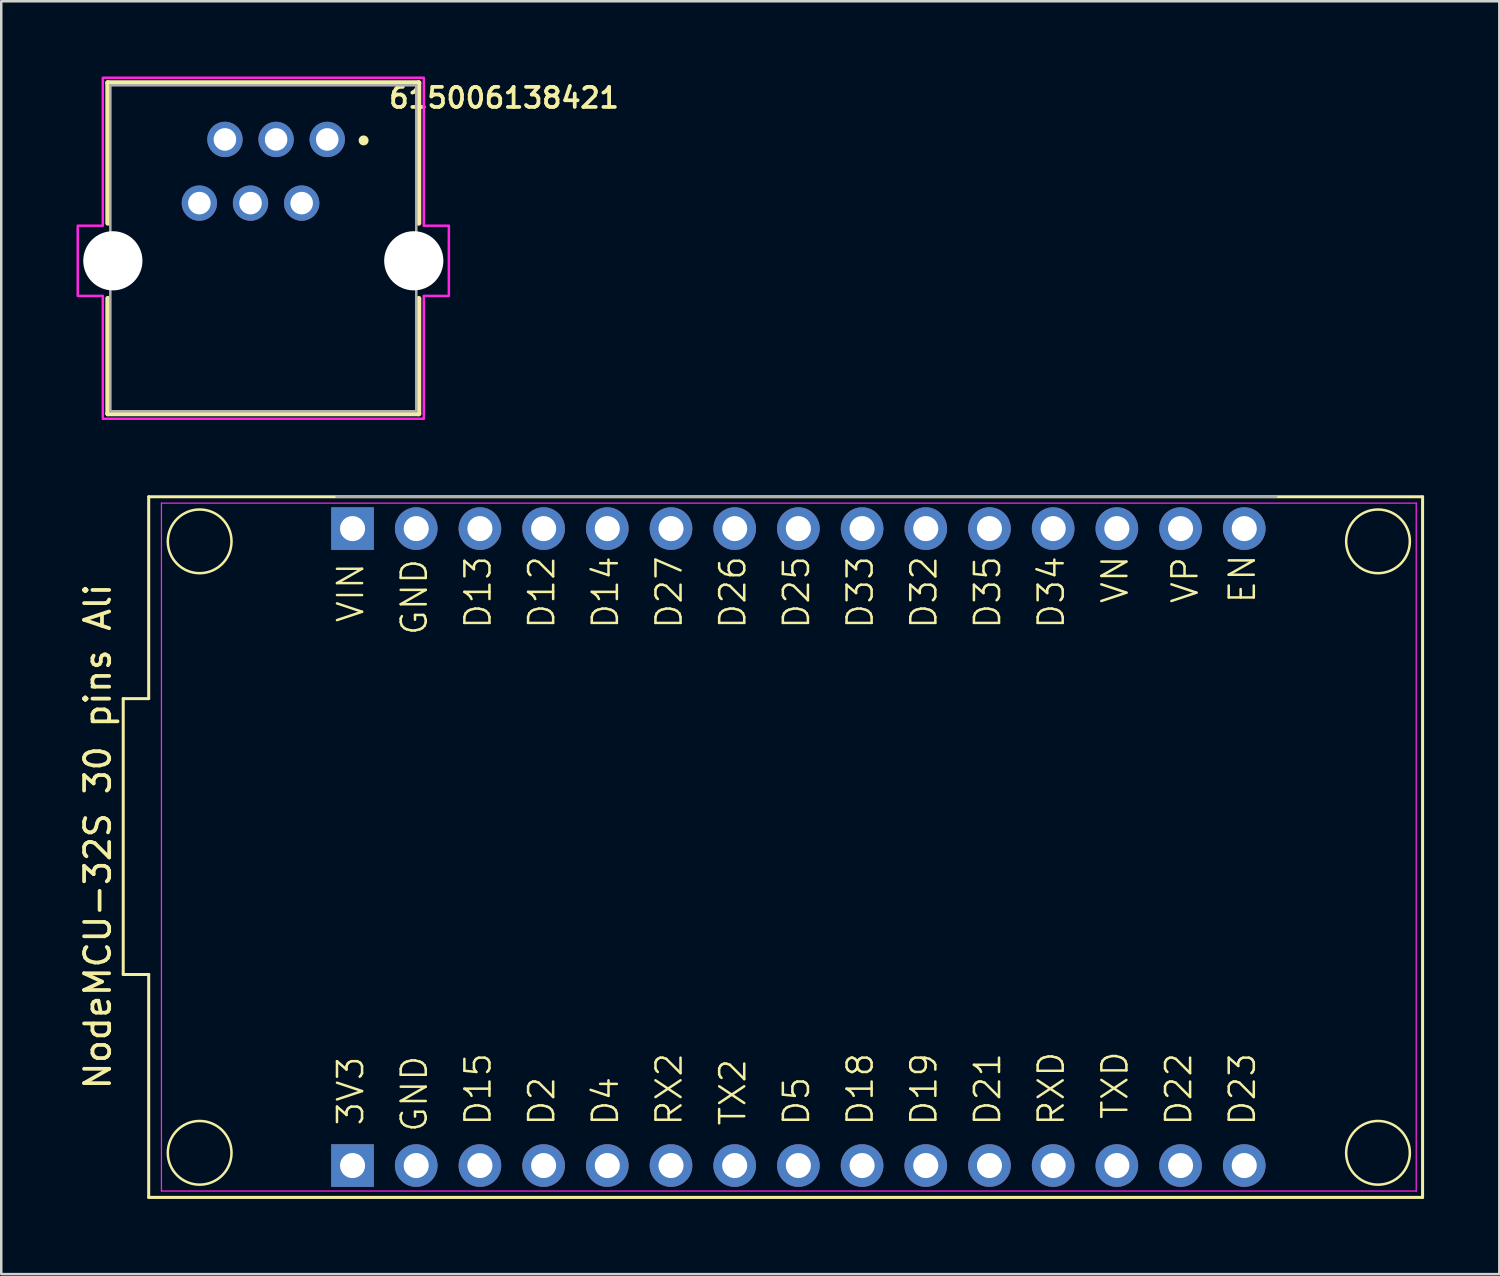
<source format=kicad_pcb>
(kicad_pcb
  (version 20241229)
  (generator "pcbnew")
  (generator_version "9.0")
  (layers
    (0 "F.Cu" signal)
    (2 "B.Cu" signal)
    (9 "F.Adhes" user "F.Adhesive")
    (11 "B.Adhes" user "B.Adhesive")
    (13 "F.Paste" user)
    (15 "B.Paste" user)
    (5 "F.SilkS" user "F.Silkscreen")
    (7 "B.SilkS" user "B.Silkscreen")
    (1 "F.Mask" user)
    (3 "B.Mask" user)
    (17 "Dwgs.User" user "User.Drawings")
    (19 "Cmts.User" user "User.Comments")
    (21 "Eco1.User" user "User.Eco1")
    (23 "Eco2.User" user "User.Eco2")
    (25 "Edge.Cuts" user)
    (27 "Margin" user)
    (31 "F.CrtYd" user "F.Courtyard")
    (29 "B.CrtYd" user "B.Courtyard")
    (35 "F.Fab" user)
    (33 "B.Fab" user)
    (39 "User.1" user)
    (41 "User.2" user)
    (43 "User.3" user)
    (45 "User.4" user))
  (footprint "615006138421"
    (layer "F.Cu")
    (at 7.45 6.85)
    (property "Reference" "615006138421" (at 9.6 -5.998 0) (layer "F.SilkS") (effects (font (size 0.8 0.8) (thickness 0.15))))
    (attr through_hole)
    (fp_line (start -6.2 -6.6) (end 6.2 -6.6) (stroke (width 0.2) (type solid)) (layer "F.SilkS"))
    (fp_line (start -6.2 -1) (end -6.2 -6.6) (stroke (width 0.2) (type solid)) (layer "F.SilkS"))
    (fp_line (start -6.2 2) (end -6.2 6.6) (stroke (width 0.2) (type solid)) (layer "F.SilkS"))
    (fp_line (start -6.2 6.6) (end 6.2 6.6) (stroke (width 0.2) (type solid)) (layer "F.SilkS"))
    (fp_line (start 6.2 -6.6) (end 6.2 -1) (stroke (width 0.2) (type solid)) (layer "F.SilkS"))
    (fp_line (start 6.2 6.6) (end 6.2 2) (stroke (width 0.2) (type solid)) (layer "F.SilkS"))
    (fp_circle (center 4 -4.3) (end 4.1 -4.3) (stroke (width 0.2) (type solid)) (fill no) (layer "F.SilkS"))
    (fp_poly (pts (xy 6.4 -6.8) (xy 6.4 -0.9) (xy 7.4 -0.9) (xy 7.4 1.9) (xy 6.4 1.9) (xy 6.4 6.8) (xy -6.4 6.8) (xy -6.4 1.9) (xy -7.4 1.9) (xy -7.4 -0.9) (xy -6.4 -0.9) (xy -6.4 -6.8)) (stroke (width 0.1) (type solid)) (fill no) (layer "F.CrtYd"))
    (fp_line (start -6.1 -6.5) (end 6.1 -6.5) (stroke (width 0.1) (type solid)) (layer "F.Fab"))
    (fp_line (start -6.1 6.5) (end -6.1 -6.5) (stroke (width 0.1) (type solid)) (layer "F.Fab"))
    (fp_line (start 6.1 -6.5) (end 6.1 6.5) (stroke (width 0.1) (type solid)) (layer "F.Fab"))
    (fp_line (start 6.1 6.5) (end -6.1 6.5) (stroke (width 0.1) (type solid)) (layer "F.Fab"))
    (pad "" np_thru_hole circle (at -6 0.5) (size 2.36 2.36) (drill 2.36) (layers "*.Cu" "*.Mask"))
    (pad "" np_thru_hole circle (at 6 0.5) (size 2.36 2.36) (drill 2.36) (layers "*.Cu" "*.Mask"))
    (pad "1" thru_hole circle (at 2.55 -4.34) (size 1.408 1.408) (drill 0.9) (layers "*.Cu" "*.Mask"))
    (pad "2" thru_hole circle (at 1.53 -1.8) (size 1.408 1.408) (drill 0.9) (layers "*.Cu" "*.Mask"))
    (pad "3" thru_hole circle (at 0.51 -4.34) (size 1.408 1.408) (drill 0.9) (layers "*.Cu" "*.Mask"))
    (pad "4" thru_hole circle (at -0.51 -1.8) (size 1.408 1.408) (drill 0.9) (layers "*.Cu" "*.Mask"))
    (pad "5" thru_hole circle (at -1.53 -4.34) (size 1.408 1.408) (drill 0.9) (layers "*.Cu" "*.Mask"))
    (pad "6" thru_hole circle (at -2.55 -1.8) (size 1.408 1.408) (drill 0.9) (layers "*.Cu" "*.Mask")))
  (footprint "NodeMCU-32S 30 pins Ali"
    (layer "F.Cu")
    (at 26.248 30.476)
    (property "Reference" "NodeMCU-32S 30 pins Ali" (at -25.4 -0.166 90) (layer "F.SilkS") (effects (font (size 1 1) (thickness 0.15))))
    (attr through_hole)
    (fp_line (start -24.384 -5.666) (end -24.384 5.334) (stroke (width 0.12) (type default)) (layer "F.SilkS"))
    (fp_line (start -24.384 5.334) (end -23.368 5.334) (stroke (width 0.12) (type default)) (layer "F.SilkS"))
    (fp_line (start -23.368 -13.716) (end -23.368 -5.666) (stroke (width 0.12) (type default)) (layer "F.SilkS"))
    (fp_line (start -23.368 -5.666) (end -24.384 -5.666) (stroke (width 0.12) (type default)) (layer "F.SilkS"))
    (fp_line (start -23.368 5.334) (end -23.368 14.224) (stroke (width 0.12) (type default)) (layer "F.SilkS"))
    (fp_line (start -23.368 14.224) (end 27.432 14.224) (stroke (width 0.12) (type default)) (layer "F.SilkS"))
    (fp_line (start 27.432 -13.716) (end -23.368 -13.716) (stroke (width 0.12) (type default)) (layer "F.SilkS"))
    (fp_line (start 27.432 14.224) (end 27.432 -13.716) (stroke (width 0.12) (type default)) (layer "F.SilkS"))
    (fp_circle (center -21.336 -11.938) (end -20.066 -11.938) (stroke (width 0.1) (type default)) (fill no) (layer "F.SilkS"))
    (fp_circle (center -21.336 12.446) (end -20.066 12.446) (stroke (width 0.1) (type default)) (fill no) (layer "F.SilkS"))
    (fp_circle (center 25.654 -11.938) (end 26.924 -11.938) (stroke (width 0.1) (type default)) (fill no) (layer "F.SilkS"))
    (fp_circle (center 25.654 12.446) (end 26.924 12.446) (stroke (width 0.1) (type default)) (fill no) (layer "F.SilkS"))
    (fp_line (start -22.86 -13.462) (end 27.178 -13.462) (stroke (width 0.05) (type default)) (layer "F.CrtYd"))
    (fp_line (start -22.86 13.97) (end -22.86 -13.462) (stroke (width 0.05) (type default)) (layer "F.CrtYd"))
    (fp_line (start 27.178 -13.462) (end 27.178 13.97) (stroke (width 0.05) (type default)) (layer "F.CrtYd"))
    (fp_line (start 27.178 13.97) (end -22.86 13.97) (stroke (width 0.05) (type default)) (layer "F.CrtYd"))
    (fp_line (start -15.875 -13.716) (end 21.59 -13.716) (stroke (width 0.1) (type solid)) (layer "F.Fab"))
    (fp_text user "D22" (at 18.288 11.43 90) (unlocked yes) (layer "F.SilkS") (effects (font (size 1 1) (thickness 0.1)) (justify left bottom)))
    (fp_text user "VIN" (at -14.732 -8.636 90) (unlocked yes) (layer "F.SilkS") (effects (font (size 1 1) (thickness 0.1)) (justify left bottom)))
    (fp_text user "D15" (at -9.652 11.43 90) (unlocked yes) (layer "F.SilkS") (effects (font (size 1 1) (thickness 0.1)) (justify left bottom)))
    (fp_text user "TX2" (at 0.508 11.43 90) (unlocked yes) (layer "F.SilkS") (effects (font (size 1 1) (thickness 0.1)) (justify left bottom)))
    (fp_text user "VN" (at 15.748 -9.398 90) (unlocked yes) (layer "F.SilkS") (effects (font (size 1 1) (thickness 0.1)) (justify left bottom)))
    (fp_text user "D27" (at -2.032 -8.382 90) (unlocked yes) (layer "F.SilkS") (effects (font (size 1 1) (thickness 0.1)) (justify left bottom)))
    (fp_text user "VP" (at 18.542 -9.398 90) (unlocked yes) (layer "F.SilkS") (effects (font (size 1 1) (thickness 0.1)) (justify left bottom)))
    (fp_text user "D25" (at 3.048 -8.382 90) (unlocked yes) (layer "F.SilkS") (effects (font (size 1 1) (thickness 0.1)) (justify left bottom)))
    (fp_text user "D14" (at -4.572 -8.382 90) (unlocked yes) (layer "F.SilkS") (effects (font (size 1 1) (thickness 0.1)) (justify left bottom)))
    (fp_text user "D21" (at 10.668 11.43 90) (unlocked yes) (layer "F.SilkS") (effects (font (size 1 1) (thickness 0.1)) (justify left bottom)))
    (fp_text user "D26" (at 0.508 -8.382 90) (unlocked yes) (layer "F.SilkS") (effects (font (size 1 1) (thickness 0.1)) (justify left bottom)))
    (fp_text user "D4" (at -4.572 11.43 90) (unlocked yes) (layer "F.SilkS") (effects (font (size 1 1) (thickness 0.1)) (justify left bottom)))
    (fp_text user "D12" (at -7.112 -8.382 90) (unlocked yes) (layer "F.SilkS") (effects (font (size 1 1) (thickness 0.1)) (justify left bottom)))
    (fp_text user "D34" (at 13.208 -8.382 90) (unlocked yes) (layer "F.SilkS") (effects (font (size 1 1) (thickness 0.1)) (justify left bottom)))
    (fp_text user "RX2" (at -2.032 11.43 90) (unlocked yes) (layer "F.SilkS") (effects (font (size 1 1) (thickness 0.1)) (justify left bottom)))
    (fp_text user "D18" (at 5.588 11.43 90) (unlocked yes) (layer "F.SilkS") (effects (font (size 1 1) (thickness 0.1)) (justify left bottom)))
    (fp_text user "D5" (at 3.048 11.43 90) (unlocked yes) (layer "F.SilkS") (effects (font (size 1 1) (thickness 0.1)) (justify left bottom)))
    (fp_text user "GND" (at -12.192 -8.128 90) (unlocked yes) (layer "F.SilkS") (effects (font (size 1 1) (thickness 0.1)) (justify left bottom)))
    (fp_text user "D32" (at 8.128 -8.382 90) (unlocked yes) (layer "F.SilkS") (effects (font (size 1 1) (thickness 0.1)) (justify left bottom)))
    (fp_text user "D23" (at 20.828 11.43 90) (unlocked yes) (layer "F.SilkS") (effects (font (size 1 1) (thickness 0.1)) (justify left bottom)))
    (fp_text user "D13" (at -9.652 -8.382 90) (unlocked yes) (layer "F.SilkS") (effects (font (size 1 1) (thickness 0.1)) (justify left bottom)))
    (fp_text user "GND" (at -12.192 11.684 90) (unlocked yes) (layer "F.SilkS") (effects (font (size 1 1) (thickness 0.1)) (justify left bottom)))
    (fp_text user "RXD" (at 13.208 11.43 90) (unlocked yes) (layer "F.SilkS") (effects (font (size 1 1) (thickness 0.1)) (justify left bottom)))
    (fp_text user "D33" (at 5.588 -8.382 90) (unlocked yes) (layer "F.SilkS") (effects (font (size 1 1) (thickness 0.1)) (justify left bottom)))
    (fp_text user "D2" (at -7.112 11.43 90) (unlocked yes) (layer "F.SilkS") (effects (font (size 1 1) (thickness 0.1)) (justify left bottom)))
    (fp_text user "EN" (at 20.828 -9.398 90) (unlocked yes) (layer "F.SilkS") (effects (font (size 1 1) (thickness 0.1)) (justify left bottom)))
    (fp_text user "D35" (at 10.668 -8.382 90) (unlocked yes) (layer "F.SilkS") (effects (font (size 1 1) (thickness 0.1)) (justify left bottom)))
    (fp_text user "3V3" (at -14.732 11.43 90) (unlocked yes) (layer "F.SilkS") (effects (font (size 1 1) (thickness 0.1)) (justify left bottom)))
    (fp_text user "TXD" (at 15.748 11.176 90) (unlocked yes) (layer "F.SilkS") (effects (font (size 1 1) (thickness 0.1)) (justify left bottom)))
    (fp_text user "D19" (at 8.128 11.43 90) (unlocked yes) (layer "F.SilkS") (effects (font (size 1 1) (thickness 0.1)) (justify left bottom)))
    (pad "1" thru_hole rect (at -15.24 -12.446 90) (size 1.7 1.7) (drill 1) (layers "*.Cu" "*.Mask"))
    (pad "2" thru_hole oval (at -12.7 -12.446 90) (size 1.7 1.7) (drill 1) (layers "*.Cu" "*.Mask"))
    (pad "3" thru_hole oval (at -10.16 -12.446 90) (size 1.7 1.7) (drill 1) (layers "*.Cu" "*.Mask"))
    (pad "4" thru_hole oval (at -7.62 -12.446 90) (size 1.7 1.7) (drill 1) (layers "*.Cu" "*.Mask"))
    (pad "5" thru_hole oval (at -5.08 -12.446 90) (size 1.7 1.7) (drill 1) (layers "*.Cu" "*.Mask"))
    (pad "6" thru_hole oval (at -2.54 -12.446 90) (size 1.7 1.7) (drill 1) (layers "*.Cu" "*.Mask"))
    (pad "7" thru_hole oval (at 0 -12.446 90) (size 1.7 1.7) (drill 1) (layers "*.Cu" "*.Mask"))
    (pad "8" thru_hole oval (at 2.54 -12.446 90) (size 1.7 1.7) (drill 1) (layers "*.Cu" "*.Mask"))
    (pad "9" thru_hole oval (at 5.08 -12.446 90) (size 1.7 1.7) (drill 1) (layers "*.Cu" "*.Mask"))
    (pad "10" thru_hole oval (at 7.62 -12.446 90) (size 1.7 1.7) (drill 1) (layers "*.Cu" "*.Mask"))
    (pad "11" thru_hole oval (at 10.16 -12.446 90) (size 1.7 1.7) (drill 1) (layers "*.Cu" "*.Mask"))
    (pad "12" thru_hole oval (at 12.7 -12.446 90) (size 1.7 1.7) (drill 1) (layers "*.Cu" "*.Mask"))
    (pad "13" thru_hole oval (at 15.24 -12.446 90) (size 1.7 1.7) (drill 1) (layers "*.Cu" "*.Mask"))
    (pad "14" thru_hole oval (at 17.78 -12.446 90) (size 1.7 1.7) (drill 1) (layers "*.Cu" "*.Mask"))
    (pad "15" thru_hole oval (at 20.32 -12.446 90) (size 1.7 1.7) (drill 1) (layers "*.Cu" "*.Mask"))
    (pad "16" thru_hole rect (at -15.24 12.954 90) (size 1.7 1.7) (drill 1) (layers "*.Cu" "*.Mask"))
    (pad "17" thru_hole oval (at -12.7 12.954 90) (size 1.7 1.7) (drill 1) (layers "*.Cu" "*.Mask"))
    (pad "18" thru_hole oval (at -10.16 12.954 90) (size 1.7 1.7) (drill 1) (layers "*.Cu" "*.Mask"))
    (pad "19" thru_hole oval (at -7.62 12.954 90) (size 1.7 1.7) (drill 1) (layers "*.Cu" "*.Mask"))
    (pad "20" thru_hole oval (at -5.08 12.954 90) (size 1.7 1.7) (drill 1) (layers "*.Cu" "*.Mask"))
    (pad "21" thru_hole oval (at -2.54 12.954 90) (size 1.7 1.7) (drill 1) (layers "*.Cu" "*.Mask"))
    (pad "22" thru_hole oval (at 0 12.954 90) (size 1.7 1.7) (drill 1) (layers "*.Cu" "*.Mask"))
    (pad "23" thru_hole oval (at 2.54 12.954 90) (size 1.7 1.7) (drill 1) (layers "*.Cu" "*.Mask"))
    (pad "24" thru_hole oval (at 5.08 12.954 90) (size 1.7 1.7) (drill 1) (layers "*.Cu" "*.Mask"))
    (pad "25" thru_hole oval (at 7.62 12.954 90) (size 1.7 1.7) (drill 1) (layers "*.Cu" "*.Mask"))
    (pad "26" thru_hole oval (at 10.16 12.954 90) (size 1.7 1.7) (drill 1) (layers "*.Cu" "*.Mask"))
    (pad "27" thru_hole oval (at 12.7 12.954 90) (size 1.7 1.7) (drill 1) (layers "*.Cu" "*.Mask"))
    (pad "28" thru_hole oval (at 15.24 12.954 90) (size 1.7 1.7) (drill 1) (layers "*.Cu" "*.Mask"))
    (pad "29" thru_hole oval (at 17.78 12.954 90) (size 1.7 1.7) (drill 1) (layers "*.Cu" "*.Mask"))
    (pad "30" thru_hole oval (at 20.32 12.954 90) (size 1.7 1.7) (drill 1) (layers "*.Cu" "*.Mask")))
  (gr_rect
    (start -3 -3)
    (end 56.74 47.76)
    (stroke (width 0.1) (type default))
    (fill no)
    (layer "Edge.Cuts")))
</source>
